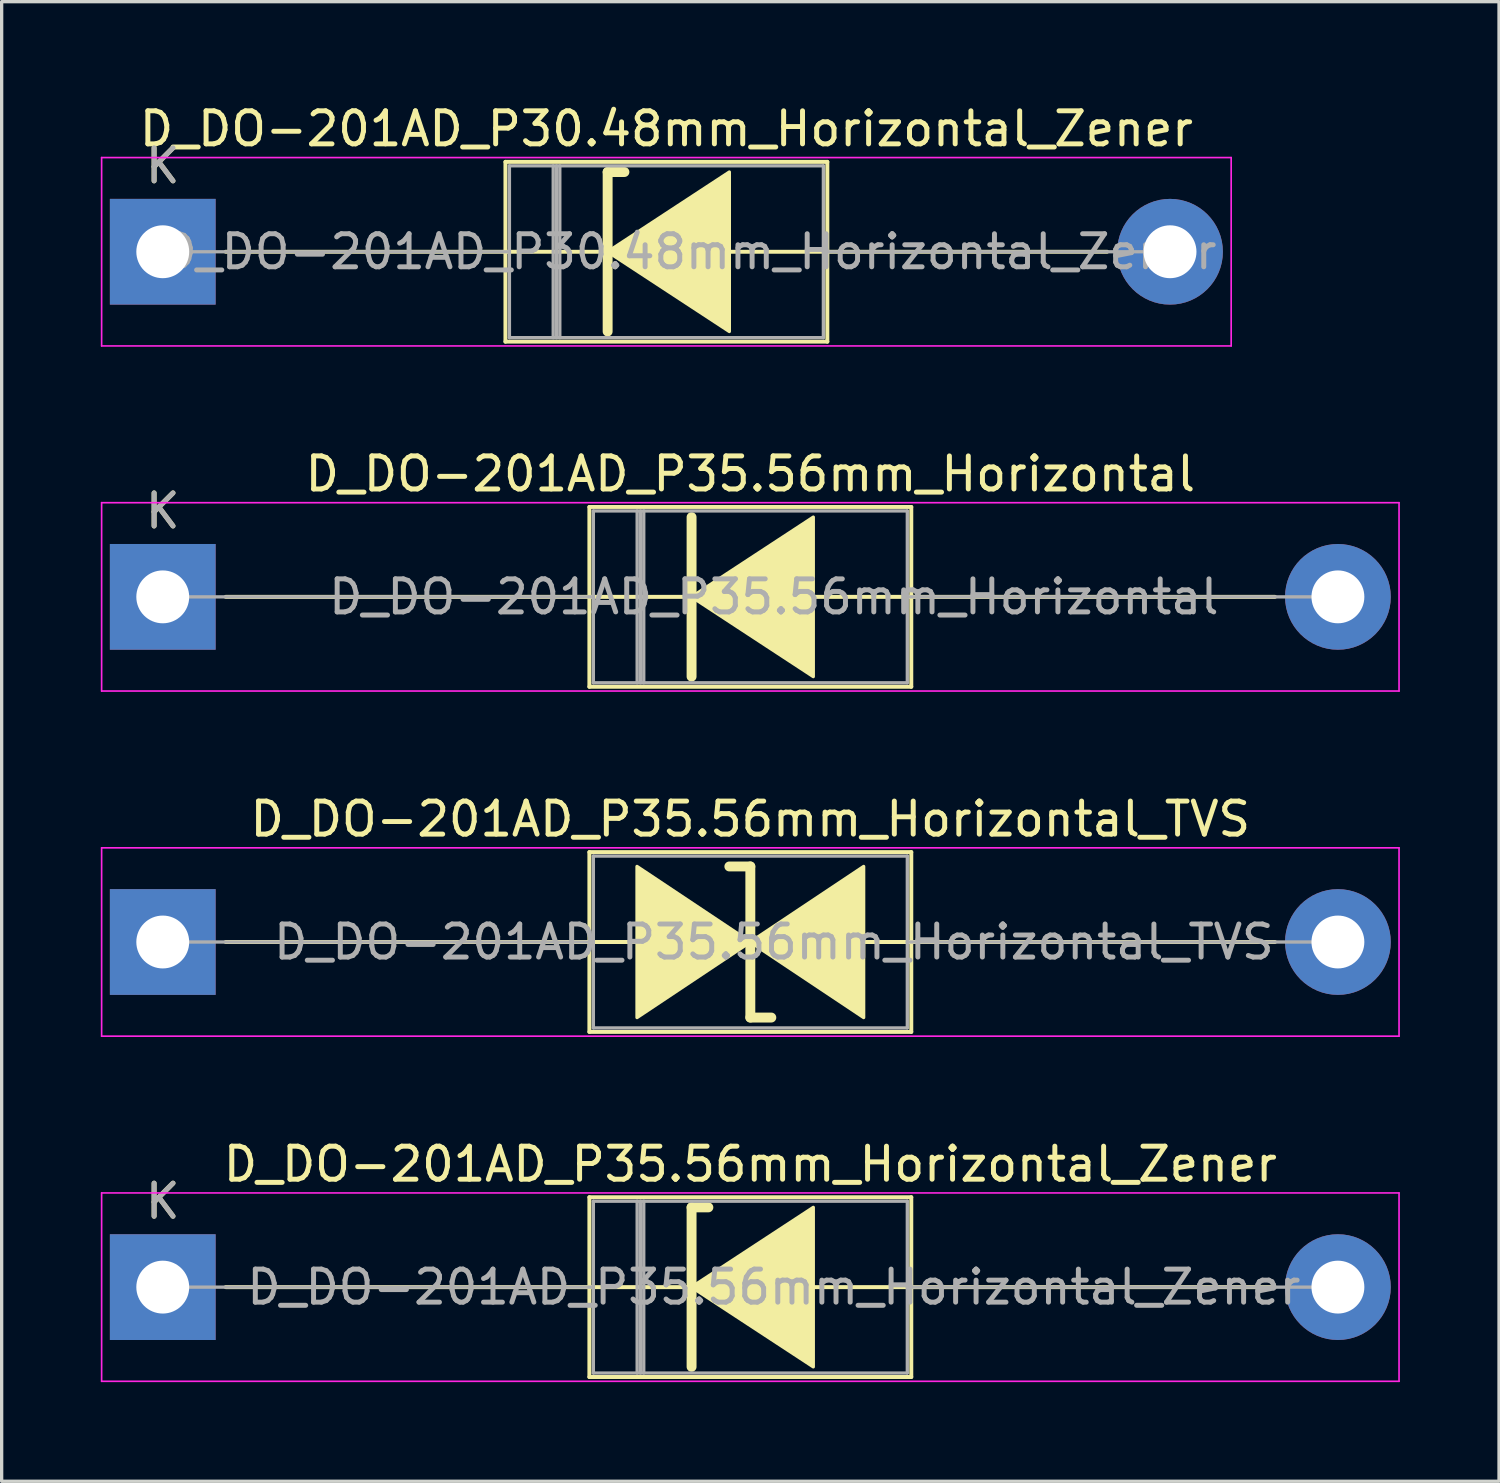
<source format=kicad_pcb>
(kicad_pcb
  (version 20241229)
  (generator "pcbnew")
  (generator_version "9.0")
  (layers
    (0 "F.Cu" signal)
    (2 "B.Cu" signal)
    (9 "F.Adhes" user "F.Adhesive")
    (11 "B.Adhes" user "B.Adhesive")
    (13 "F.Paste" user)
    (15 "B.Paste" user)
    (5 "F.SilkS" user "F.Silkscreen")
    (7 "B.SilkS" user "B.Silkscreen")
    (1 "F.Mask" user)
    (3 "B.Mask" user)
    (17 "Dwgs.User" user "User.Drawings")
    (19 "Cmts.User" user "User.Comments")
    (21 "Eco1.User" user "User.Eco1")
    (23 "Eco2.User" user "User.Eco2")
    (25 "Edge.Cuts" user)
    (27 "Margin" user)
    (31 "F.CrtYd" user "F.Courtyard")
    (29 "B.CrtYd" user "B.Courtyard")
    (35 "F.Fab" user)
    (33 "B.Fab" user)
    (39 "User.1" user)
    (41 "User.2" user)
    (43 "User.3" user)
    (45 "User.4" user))
  (footprint "D_DO-201AD_P30.48mm_Horizontal_Zener"
    (layer "F.Cu")
    (at 1.875 4.568)
    (property "Reference" "D_DO-201AD_P30.48mm_Horizontal_Zener" (at 15.24 -3.72 0) (layer "F.SilkS") (effects (font (size 1 1) (thickness 0.15))))
    (attr through_hole)
    (fp_line (start 1.905 0) (end 10.37 0) (stroke (width 0.12) (type solid)) (layer "F.SilkS"))
    (fp_line (start 10.37 -2.72) (end 10.37 2.72) (stroke (width 0.12) (type solid)) (layer "F.SilkS"))
    (fp_line (start 10.37 2.72) (end 20.11 2.72) (stroke (width 0.12) (type solid)) (layer "F.SilkS"))
    (fp_line (start 13.335 0) (end 10.37 0) (stroke (width 0.12) (type solid)) (layer "F.SilkS"))
    (fp_line (start 13.462 -2.413) (end 13.462 2.413) (stroke (width 0.3) (type solid)) (layer "F.SilkS"))
    (fp_line (start 13.462 -2.413) (end 13.97 -2.413) (stroke (width 0.3) (type solid)) (layer "F.SilkS"))
    (fp_line (start 17.145 0) (end 20.11 0) (stroke (width 0.12) (type solid)) (layer "F.SilkS"))
    (fp_line (start 20.11 -2.72) (end 10.37 -2.72) (stroke (width 0.12) (type solid)) (layer "F.SilkS"))
    (fp_line (start 20.11 2.72) (end 20.11 -2.72) (stroke (width 0.12) (type solid)) (layer "F.SilkS"))
    (fp_line (start 28.575 0) (end 20.11 0) (stroke (width 0.12) (type solid)) (layer "F.SilkS"))
    (fp_poly (pts (xy 17.145 2.413) (xy 13.462 0) (xy 17.145 -2.413)) (stroke (width 0.1) (type solid)) (fill yes) (layer "F.SilkS"))
    (fp_line (start -1.85 -2.85) (end -1.85 2.85) (stroke (width 0.05) (type solid)) (layer "F.CrtYd"))
    (fp_line (start -1.85 2.85) (end 32.33 2.85) (stroke (width 0.05) (type solid)) (layer "F.CrtYd"))
    (fp_line (start 32.33 -2.85) (end -1.85 -2.85) (stroke (width 0.05) (type solid)) (layer "F.CrtYd"))
    (fp_line (start 32.33 2.85) (end 32.33 -2.85) (stroke (width 0.05) (type solid)) (layer "F.CrtYd"))
    (fp_line (start 0 0) (end 10.49 0) (stroke (width 0.1) (type solid)) (layer "F.Fab"))
    (fp_line (start 10.49 -2.6) (end 10.49 2.6) (stroke (width 0.1) (type solid)) (layer "F.Fab"))
    (fp_line (start 10.49 2.6) (end 19.99 2.6) (stroke (width 0.1) (type solid)) (layer "F.Fab"))
    (fp_line (start 11.815 -2.6) (end 11.815 2.6) (stroke (width 0.1) (type solid)) (layer "F.Fab"))
    (fp_line (start 11.915 -2.6) (end 11.915 2.6) (stroke (width 0.1) (type solid)) (layer "F.Fab"))
    (fp_line (start 12.015 -2.6) (end 12.015 2.6) (stroke (width 0.1) (type solid)) (layer "F.Fab"))
    (fp_line (start 19.99 -2.6) (end 10.49 -2.6) (stroke (width 0.1) (type solid)) (layer "F.Fab"))
    (fp_line (start 19.99 2.6) (end 19.99 -2.6) (stroke (width 0.1) (type solid)) (layer "F.Fab"))
    (fp_line (start 30.48 0) (end 19.99 0) (stroke (width 0.1) (type solid)) (layer "F.Fab"))
    (fp_text user "K" (at 0 -2.6 0) (layer "F.SilkS") (effects (font (size 1 1) (thickness 0.15))))
    (fp_text user "K" (at 0 -2.6 0) (layer "F.Fab") (effects (font (size 1 1) (thickness 0.15))))
    (fp_text user "${REFERENCE}" (at 15.953 0 0) (layer "F.Fab") (effects (font (size 1 1) (thickness 0.15))))
    (pad "1" thru_hole rect (at 0 0) (size 3.2 3.2) (drill 1.6) (layers "*.Cu" "*.Mask"))
    (pad "2" thru_hole oval (at 30.48 0) (size 3.2 3.2) (drill 1.6) (layers "*.Cu" "*.Mask")))
  (footprint "D_DO-201AD_P35.56mm_Horizontal_Zener"
    (layer "F.Cu")
    (at 1.875 35.898)
    (property "Reference" "D_DO-201AD_P35.56mm_Horizontal_Zener" (at 17.78 -3.72 0) (layer "F.SilkS") (effects (font (size 1 1) (thickness 0.15))))
    (attr through_hole)
    (fp_line (start 1.905 0) (end 12.91 0) (stroke (width 0.12) (type solid)) (layer "F.SilkS"))
    (fp_line (start 12.91 -2.72) (end 12.91 2.72) (stroke (width 0.12) (type solid)) (layer "F.SilkS"))
    (fp_line (start 12.91 2.72) (end 22.65 2.72) (stroke (width 0.12) (type solid)) (layer "F.SilkS"))
    (fp_line (start 15.875 0) (end 12.91 0) (stroke (width 0.12) (type solid)) (layer "F.SilkS"))
    (fp_line (start 16.002 -2.413) (end 16.002 2.413) (stroke (width 0.3) (type solid)) (layer "F.SilkS"))
    (fp_line (start 16.002 -2.413) (end 16.51 -2.413) (stroke (width 0.3) (type solid)) (layer "F.SilkS"))
    (fp_line (start 19.685 0) (end 22.65 0) (stroke (width 0.12) (type solid)) (layer "F.SilkS"))
    (fp_line (start 22.65 -2.72) (end 12.91 -2.72) (stroke (width 0.12) (type solid)) (layer "F.SilkS"))
    (fp_line (start 22.65 2.72) (end 22.65 -2.72) (stroke (width 0.12) (type solid)) (layer "F.SilkS"))
    (fp_line (start 33.655 0) (end 22.65 0) (stroke (width 0.12) (type solid)) (layer "F.SilkS"))
    (fp_poly (pts (xy 19.685 2.413) (xy 16.002 0) (xy 19.685 -2.413)) (stroke (width 0.1) (type solid)) (fill yes) (layer "F.SilkS"))
    (fp_line (start -1.85 -2.85) (end -1.85 2.85) (stroke (width 0.05) (type solid)) (layer "F.CrtYd"))
    (fp_line (start -1.85 2.85) (end 37.41 2.85) (stroke (width 0.05) (type solid)) (layer "F.CrtYd"))
    (fp_line (start 37.41 -2.85) (end -1.85 -2.85) (stroke (width 0.05) (type solid)) (layer "F.CrtYd"))
    (fp_line (start 37.41 2.85) (end 37.41 -2.85) (stroke (width 0.05) (type solid)) (layer "F.CrtYd"))
    (fp_line (start 0 0) (end 13.03 0) (stroke (width 0.1) (type solid)) (layer "F.Fab"))
    (fp_line (start 13.03 -2.6) (end 13.03 2.6) (stroke (width 0.1) (type solid)) (layer "F.Fab"))
    (fp_line (start 13.03 2.6) (end 22.53 2.6) (stroke (width 0.1) (type solid)) (layer "F.Fab"))
    (fp_line (start 14.355 -2.6) (end 14.355 2.6) (stroke (width 0.1) (type solid)) (layer "F.Fab"))
    (fp_line (start 14.455 -2.6) (end 14.455 2.6) (stroke (width 0.1) (type solid)) (layer "F.Fab"))
    (fp_line (start 14.555 -2.6) (end 14.555 2.6) (stroke (width 0.1) (type solid)) (layer "F.Fab"))
    (fp_line (start 22.53 -2.6) (end 13.03 -2.6) (stroke (width 0.1) (type solid)) (layer "F.Fab"))
    (fp_line (start 22.53 2.6) (end 22.53 -2.6) (stroke (width 0.1) (type solid)) (layer "F.Fab"))
    (fp_line (start 35.56 0) (end 22.53 0) (stroke (width 0.1) (type solid)) (layer "F.Fab"))
    (fp_text user "K" (at 0 -2.6 0) (layer "F.SilkS") (effects (font (size 1 1) (thickness 0.15))))
    (fp_text user "K" (at 0 -2.6 0) (layer "F.Fab") (effects (font (size 1 1) (thickness 0.15))))
    (fp_text user "${REFERENCE}" (at 18.492 0 0) (layer "F.Fab") (effects (font (size 1 1) (thickness 0.15))))
    (pad "1" thru_hole rect (at 0 0) (size 3.2 3.2) (drill 1.6) (layers "*.Cu" "*.Mask"))
    (pad "2" thru_hole oval (at 35.56 0) (size 3.2 3.2) (drill 1.6) (layers "*.Cu" "*.Mask")))
  (footprint "D_DO-201AD_P35.56mm_Horizontal"
    (layer "F.Cu")
    (at 1.875 15.011)
    (property "Reference" "D_DO-201AD_P35.56mm_Horizontal" (at 17.78 -3.72 0) (layer "F.SilkS") (effects (font (size 1 1) (thickness 0.15))))
    (attr through_hole)
    (fp_line (start 1.905 0) (end 12.91 0) (stroke (width 0.12) (type solid)) (layer "F.SilkS"))
    (fp_line (start 12.91 -2.72) (end 12.91 2.72) (stroke (width 0.12) (type solid)) (layer "F.SilkS"))
    (fp_line (start 12.91 2.72) (end 22.65 2.72) (stroke (width 0.12) (type solid)) (layer "F.SilkS"))
    (fp_line (start 15.875 0) (end 12.91 0) (stroke (width 0.12) (type solid)) (layer "F.SilkS"))
    (fp_line (start 16.002 -2.413) (end 16.002 2.413) (stroke (width 0.3) (type solid)) (layer "F.SilkS"))
    (fp_line (start 19.685 0) (end 22.65 0) (stroke (width 0.12) (type solid)) (layer "F.SilkS"))
    (fp_line (start 22.65 -2.72) (end 12.91 -2.72) (stroke (width 0.12) (type solid)) (layer "F.SilkS"))
    (fp_line (start 22.65 2.72) (end 22.65 -2.72) (stroke (width 0.12) (type solid)) (layer "F.SilkS"))
    (fp_line (start 33.655 0) (end 22.65 0) (stroke (width 0.12) (type solid)) (layer "F.SilkS"))
    (fp_poly (pts (xy 19.685 2.413) (xy 16.002 0) (xy 19.685 -2.413)) (stroke (width 0.1) (type solid)) (fill yes) (layer "F.SilkS"))
    (fp_line (start -1.85 -2.85) (end -1.85 2.85) (stroke (width 0.05) (type solid)) (layer "F.CrtYd"))
    (fp_line (start -1.85 2.85) (end 37.41 2.85) (stroke (width 0.05) (type solid)) (layer "F.CrtYd"))
    (fp_line (start 37.41 -2.85) (end -1.85 -2.85) (stroke (width 0.05) (type solid)) (layer "F.CrtYd"))
    (fp_line (start 37.41 2.85) (end 37.41 -2.85) (stroke (width 0.05) (type solid)) (layer "F.CrtYd"))
    (fp_line (start 0 0) (end 13.03 0) (stroke (width 0.1) (type solid)) (layer "F.Fab"))
    (fp_line (start 13.03 -2.6) (end 13.03 2.6) (stroke (width 0.1) (type solid)) (layer "F.Fab"))
    (fp_line (start 13.03 2.6) (end 22.53 2.6) (stroke (width 0.1) (type solid)) (layer "F.Fab"))
    (fp_line (start 14.355 -2.6) (end 14.355 2.6) (stroke (width 0.1) (type solid)) (layer "F.Fab"))
    (fp_line (start 14.455 -2.6) (end 14.455 2.6) (stroke (width 0.1) (type solid)) (layer "F.Fab"))
    (fp_line (start 14.555 -2.6) (end 14.555 2.6) (stroke (width 0.1) (type solid)) (layer "F.Fab"))
    (fp_line (start 22.53 -2.6) (end 13.03 -2.6) (stroke (width 0.1) (type solid)) (layer "F.Fab"))
    (fp_line (start 22.53 2.6) (end 22.53 -2.6) (stroke (width 0.1) (type solid)) (layer "F.Fab"))
    (fp_line (start 35.56 0) (end 22.53 0) (stroke (width 0.1) (type solid)) (layer "F.Fab"))
    (fp_text user "K" (at 0 -2.6 0) (layer "F.SilkS") (effects (font (size 1 1) (thickness 0.15))))
    (fp_text user "${REFERENCE}" (at 18.492 0 0) (layer "F.Fab") (effects (font (size 1 1) (thickness 0.15))))
    (fp_text user "K" (at 0 -2.6 0) (layer "F.Fab") (effects (font (size 1 1) (thickness 0.15))))
    (pad "1" thru_hole rect (at 0 0) (size 3.2 3.2) (drill 1.6) (layers "*.Cu" "*.Mask"))
    (pad "2" thru_hole oval (at 35.56 0) (size 3.2 3.2) (drill 1.6) (layers "*.Cu" "*.Mask")))
  (footprint "D_DO-201AD_P35.56mm_Horizontal_TVS"
    (layer "F.Cu")
    (at 1.875 25.455)
    (property "Reference" "D_DO-201AD_P35.56mm_Horizontal_TVS" (at 17.78 -3.72 0) (layer "F.SilkS") (effects (font (size 1 1) (thickness 0.15))))
    (attr through_hole)
    (fp_line (start 1.905 0) (end 12.91 0) (stroke (width 0.12) (type solid)) (layer "F.SilkS"))
    (fp_line (start 12.91 -2.72) (end 12.91 2.72) (stroke (width 0.12) (type solid)) (layer "F.SilkS"))
    (fp_line (start 12.91 0) (end 14.351 0) (stroke (width 0.12) (type solid)) (layer "F.SilkS"))
    (fp_line (start 12.91 2.72) (end 22.65 2.72) (stroke (width 0.12) (type solid)) (layer "F.SilkS"))
    (fp_line (start 17.78 -2.286) (end 17.145 -2.286) (stroke (width 0.3) (type solid)) (layer "F.SilkS"))
    (fp_line (start 17.78 2.286) (end 17.78 -2.286) (stroke (width 0.3) (type solid)) (layer "F.SilkS"))
    (fp_line (start 18.415 2.286) (end 17.78 2.286) (stroke (width 0.3) (type solid)) (layer "F.SilkS"))
    (fp_line (start 21.209 0) (end 22.65 0) (stroke (width 0.12) (type solid)) (layer "F.SilkS"))
    (fp_line (start 22.65 -2.72) (end 12.91 -2.72) (stroke (width 0.12) (type solid)) (layer "F.SilkS"))
    (fp_line (start 22.65 2.72) (end 22.65 -2.72) (stroke (width 0.12) (type solid)) (layer "F.SilkS"))
    (fp_line (start 33.655 0) (end 22.65 0) (stroke (width 0.12) (type solid)) (layer "F.SilkS"))
    (fp_poly (pts (xy 17.78 0) (xy 14.351 2.286) (xy 14.351 -2.286)) (stroke (width 0.1) (type solid)) (fill yes) (layer "F.SilkS"))
    (fp_poly (pts (xy 17.78 0) (xy 21.209 -2.286) (xy 21.209 2.286)) (stroke (width 0.1) (type solid)) (fill yes) (layer "F.SilkS"))
    (fp_line (start -1.85 -2.85) (end -1.85 2.85) (stroke (width 0.05) (type solid)) (layer "F.CrtYd"))
    (fp_line (start -1.85 2.85) (end 37.41 2.85) (stroke (width 0.05) (type solid)) (layer "F.CrtYd"))
    (fp_line (start 37.41 -2.85) (end -1.85 -2.85) (stroke (width 0.05) (type solid)) (layer "F.CrtYd"))
    (fp_line (start 37.41 2.85) (end 37.41 -2.85) (stroke (width 0.05) (type solid)) (layer "F.CrtYd"))
    (fp_line (start 0 0) (end 13.03 0) (stroke (width 0.1) (type solid)) (layer "F.Fab"))
    (fp_line (start 13.03 -2.6) (end 13.03 2.6) (stroke (width 0.1) (type solid)) (layer "F.Fab"))
    (fp_line (start 13.03 2.6) (end 22.53 2.6) (stroke (width 0.1) (type solid)) (layer "F.Fab"))
    (fp_line (start 22.53 -2.6) (end 13.03 -2.6) (stroke (width 0.1) (type solid)) (layer "F.Fab"))
    (fp_line (start 22.53 2.6) (end 22.53 -2.6) (stroke (width 0.1) (type solid)) (layer "F.Fab"))
    (fp_line (start 35.56 0) (end 22.53 0) (stroke (width 0.1) (type solid)) (layer "F.Fab"))
    (fp_text user "${REFERENCE}" (at 18.492 0 0) (layer "F.Fab") (effects (font (size 1 1) (thickness 0.15))))
    (pad "1" thru_hole rect (at 0 0) (size 3.2 3.2) (drill 1.6) (layers "*.Cu" "*.Mask"))
    (pad "2" thru_hole oval (at 35.56 0) (size 3.2 3.2) (drill 1.6) (layers "*.Cu" "*.Mask")))
  (gr_rect
    (start -3 -3)
    (end 42.31 41.773)
    (stroke (width 0.1) (type default))
    (fill no)
    (layer "Edge.Cuts")))
</source>
